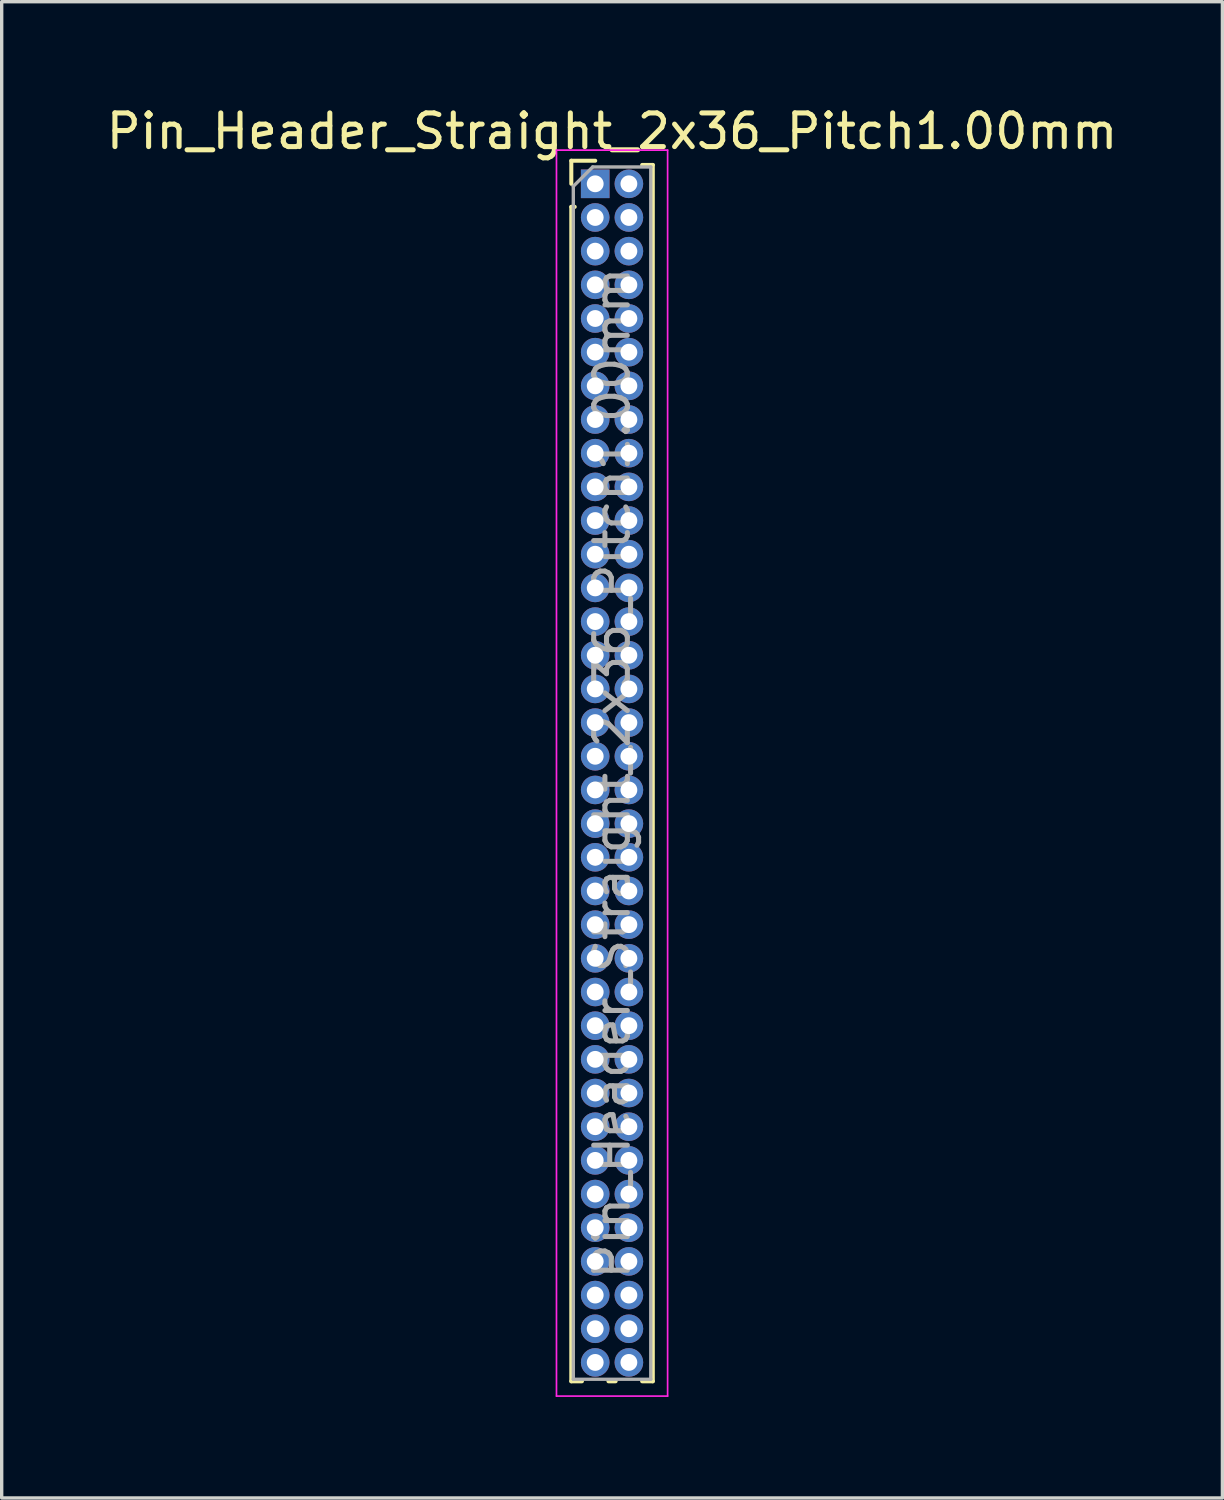
<source format=kicad_pcb>
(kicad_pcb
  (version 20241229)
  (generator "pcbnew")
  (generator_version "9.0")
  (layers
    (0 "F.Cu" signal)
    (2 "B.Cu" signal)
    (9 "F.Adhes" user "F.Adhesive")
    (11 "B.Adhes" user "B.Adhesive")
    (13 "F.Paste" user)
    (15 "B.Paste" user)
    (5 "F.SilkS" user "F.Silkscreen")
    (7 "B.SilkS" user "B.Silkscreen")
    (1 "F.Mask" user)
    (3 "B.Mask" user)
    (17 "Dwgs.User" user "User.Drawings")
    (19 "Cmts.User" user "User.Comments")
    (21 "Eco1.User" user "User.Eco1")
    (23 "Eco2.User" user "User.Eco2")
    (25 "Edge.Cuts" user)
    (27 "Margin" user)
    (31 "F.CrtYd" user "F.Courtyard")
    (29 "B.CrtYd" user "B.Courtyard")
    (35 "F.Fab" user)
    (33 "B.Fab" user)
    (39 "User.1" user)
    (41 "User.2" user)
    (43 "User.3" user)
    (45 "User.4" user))
  (footprint "Pin_Header_Straight_2x36_Pitch1.00mm"
    (layer "F.Cu")
    (at 14.625 2.408)
    (property "Reference" "Pin_Header_Straight_2x36_Pitch1.00mm" (at 0.5 -1.56 0) (layer "F.SilkS") (effects (font (size 1 1) (thickness 0.15))))
    (attr through_hole)
    (fp_line (start -0.71 -0.685) (end 0 -0.685) (stroke (width 0.12) (type solid)) (layer "F.SilkS"))
    (fp_line (start -0.71 0) (end -0.71 -0.685) (stroke (width 0.12) (type solid)) (layer "F.SilkS"))
    (fp_line (start -0.71 0.685) (end -0.71 35.56) (stroke (width 0.12) (type solid)) (layer "F.SilkS"))
    (fp_line (start -0.71 0.685) (end -0.608 0.685) (stroke (width 0.12) (type solid)) (layer "F.SilkS"))
    (fp_line (start -0.71 35.56) (end -0.394 35.56) (stroke (width 0.12) (type solid)) (layer "F.SilkS"))
    (fp_line (start 0.394 35.56) (end 0.606 35.56) (stroke (width 0.12) (type solid)) (layer "F.SilkS"))
    (fp_line (start 1.394 -0.56) (end 1.71 -0.56) (stroke (width 0.12) (type solid)) (layer "F.SilkS"))
    (fp_line (start 1.394 35.56) (end 1.71 35.56) (stroke (width 0.12) (type solid)) (layer "F.SilkS"))
    (fp_line (start 1.71 -0.56) (end 1.71 35.56) (stroke (width 0.12) (type solid)) (layer "F.SilkS"))
    (fp_line (start -1.15 -1) (end -1.15 36) (stroke (width 0.05) (type solid)) (layer "F.CrtYd"))
    (fp_line (start -1.15 36) (end 2.15 36) (stroke (width 0.05) (type solid)) (layer "F.CrtYd"))
    (fp_line (start 2.15 -1) (end -1.15 -1) (stroke (width 0.05) (type solid)) (layer "F.CrtYd"))
    (fp_line (start 2.15 36) (end 2.15 -1) (stroke (width 0.05) (type solid)) (layer "F.CrtYd"))
    (fp_line (start -0.65 0.075) (end -0.075 -0.5) (stroke (width 0.1) (type solid)) (layer "F.Fab"))
    (fp_line (start -0.65 35.5) (end -0.65 0.075) (stroke (width 0.1) (type solid)) (layer "F.Fab"))
    (fp_line (start -0.075 -0.5) (end 1.65 -0.5) (stroke (width 0.1) (type solid)) (layer "F.Fab"))
    (fp_line (start 1.65 -0.5) (end 1.65 35.5) (stroke (width 0.1) (type solid)) (layer "F.Fab"))
    (fp_line (start 1.65 35.5) (end -0.65 35.5) (stroke (width 0.1) (type solid)) (layer "F.Fab"))
    (fp_text user "${REFERENCE}" (at 0.5 17.5 90) (layer "F.Fab") (effects (font (size 1 1) (thickness 0.15))))
    (pad "1" thru_hole rect (at 0 0) (size 0.85 0.85) (drill 0.5) (layers "*.Cu" "*.Mask"))
    (pad "2" thru_hole oval (at 1 0) (size 0.85 0.85) (drill 0.5) (layers "*.Cu" "*.Mask"))
    (pad "3" thru_hole oval (at 0 1) (size 0.85 0.85) (drill 0.5) (layers "*.Cu" "*.Mask"))
    (pad "4" thru_hole oval (at 1 1) (size 0.85 0.85) (drill 0.5) (layers "*.Cu" "*.Mask"))
    (pad "5" thru_hole oval (at 0 2) (size 0.85 0.85) (drill 0.5) (layers "*.Cu" "*.Mask"))
    (pad "6" thru_hole oval (at 1 2) (size 0.85 0.85) (drill 0.5) (layers "*.Cu" "*.Mask"))
    (pad "7" thru_hole oval (at 0 3) (size 0.85 0.85) (drill 0.5) (layers "*.Cu" "*.Mask"))
    (pad "8" thru_hole oval (at 1 3) (size 0.85 0.85) (drill 0.5) (layers "*.Cu" "*.Mask"))
    (pad "9" thru_hole oval (at 0 4) (size 0.85 0.85) (drill 0.5) (layers "*.Cu" "*.Mask"))
    (pad "10" thru_hole oval (at 1 4) (size 0.85 0.85) (drill 0.5) (layers "*.Cu" "*.Mask"))
    (pad "11" thru_hole oval (at 0 5) (size 0.85 0.85) (drill 0.5) (layers "*.Cu" "*.Mask"))
    (pad "12" thru_hole oval (at 1 5) (size 0.85 0.85) (drill 0.5) (layers "*.Cu" "*.Mask"))
    (pad "13" thru_hole oval (at 0 6) (size 0.85 0.85) (drill 0.5) (layers "*.Cu" "*.Mask"))
    (pad "14" thru_hole oval (at 1 6) (size 0.85 0.85) (drill 0.5) (layers "*.Cu" "*.Mask"))
    (pad "15" thru_hole oval (at 0 7) (size 0.85 0.85) (drill 0.5) (layers "*.Cu" "*.Mask"))
    (pad "16" thru_hole oval (at 1 7) (size 0.85 0.85) (drill 0.5) (layers "*.Cu" "*.Mask"))
    (pad "17" thru_hole oval (at 0 8) (size 0.85 0.85) (drill 0.5) (layers "*.Cu" "*.Mask"))
    (pad "18" thru_hole oval (at 1 8) (size 0.85 0.85) (drill 0.5) (layers "*.Cu" "*.Mask"))
    (pad "19" thru_hole oval (at 0 9) (size 0.85 0.85) (drill 0.5) (layers "*.Cu" "*.Mask"))
    (pad "20" thru_hole oval (at 1 9) (size 0.85 0.85) (drill 0.5) (layers "*.Cu" "*.Mask"))
    (pad "21" thru_hole oval (at 0 10) (size 0.85 0.85) (drill 0.5) (layers "*.Cu" "*.Mask"))
    (pad "22" thru_hole oval (at 1 10) (size 0.85 0.85) (drill 0.5) (layers "*.Cu" "*.Mask"))
    (pad "23" thru_hole oval (at 0 11) (size 0.85 0.85) (drill 0.5) (layers "*.Cu" "*.Mask"))
    (pad "24" thru_hole oval (at 1 11) (size 0.85 0.85) (drill 0.5) (layers "*.Cu" "*.Mask"))
    (pad "25" thru_hole oval (at 0 12) (size 0.85 0.85) (drill 0.5) (layers "*.Cu" "*.Mask"))
    (pad "26" thru_hole oval (at 1 12) (size 0.85 0.85) (drill 0.5) (layers "*.Cu" "*.Mask"))
    (pad "27" thru_hole oval (at 0 13) (size 0.85 0.85) (drill 0.5) (layers "*.Cu" "*.Mask"))
    (pad "28" thru_hole oval (at 1 13) (size 0.85 0.85) (drill 0.5) (layers "*.Cu" "*.Mask"))
    (pad "29" thru_hole oval (at 0 14) (size 0.85 0.85) (drill 0.5) (layers "*.Cu" "*.Mask"))
    (pad "30" thru_hole oval (at 1 14) (size 0.85 0.85) (drill 0.5) (layers "*.Cu" "*.Mask"))
    (pad "31" thru_hole oval (at 0 15) (size 0.85 0.85) (drill 0.5) (layers "*.Cu" "*.Mask"))
    (pad "32" thru_hole oval (at 1 15) (size 0.85 0.85) (drill 0.5) (layers "*.Cu" "*.Mask"))
    (pad "33" thru_hole oval (at 0 16) (size 0.85 0.85) (drill 0.5) (layers "*.Cu" "*.Mask"))
    (pad "34" thru_hole oval (at 1 16) (size 0.85 0.85) (drill 0.5) (layers "*.Cu" "*.Mask"))
    (pad "35" thru_hole oval (at 0 17) (size 0.85 0.85) (drill 0.5) (layers "*.Cu" "*.Mask"))
    (pad "36" thru_hole oval (at 1 17) (size 0.85 0.85) (drill 0.5) (layers "*.Cu" "*.Mask"))
    (pad "37" thru_hole oval (at 0 18) (size 0.85 0.85) (drill 0.5) (layers "*.Cu" "*.Mask"))
    (pad "38" thru_hole oval (at 1 18) (size 0.85 0.85) (drill 0.5) (layers "*.Cu" "*.Mask"))
    (pad "39" thru_hole oval (at 0 19) (size 0.85 0.85) (drill 0.5) (layers "*.Cu" "*.Mask"))
    (pad "40" thru_hole oval (at 1 19) (size 0.85 0.85) (drill 0.5) (layers "*.Cu" "*.Mask"))
    (pad "41" thru_hole oval (at 0 20) (size 0.85 0.85) (drill 0.5) (layers "*.Cu" "*.Mask"))
    (pad "42" thru_hole oval (at 1 20) (size 0.85 0.85) (drill 0.5) (layers "*.Cu" "*.Mask"))
    (pad "43" thru_hole oval (at 0 21) (size 0.85 0.85) (drill 0.5) (layers "*.Cu" "*.Mask"))
    (pad "44" thru_hole oval (at 1 21) (size 0.85 0.85) (drill 0.5) (layers "*.Cu" "*.Mask"))
    (pad "45" thru_hole oval (at 0 22) (size 0.85 0.85) (drill 0.5) (layers "*.Cu" "*.Mask"))
    (pad "46" thru_hole oval (at 1 22) (size 0.85 0.85) (drill 0.5) (layers "*.Cu" "*.Mask"))
    (pad "47" thru_hole oval (at 0 23) (size 0.85 0.85) (drill 0.5) (layers "*.Cu" "*.Mask"))
    (pad "48" thru_hole oval (at 1 23) (size 0.85 0.85) (drill 0.5) (layers "*.Cu" "*.Mask"))
    (pad "49" thru_hole oval (at 0 24) (size 0.85 0.85) (drill 0.5) (layers "*.Cu" "*.Mask"))
    (pad "50" thru_hole oval (at 1 24) (size 0.85 0.85) (drill 0.5) (layers "*.Cu" "*.Mask"))
    (pad "51" thru_hole oval (at 0 25) (size 0.85 0.85) (drill 0.5) (layers "*.Cu" "*.Mask"))
    (pad "52" thru_hole oval (at 1 25) (size 0.85 0.85) (drill 0.5) (layers "*.Cu" "*.Mask"))
    (pad "53" thru_hole oval (at 0 26) (size 0.85 0.85) (drill 0.5) (layers "*.Cu" "*.Mask"))
    (pad "54" thru_hole oval (at 1 26) (size 0.85 0.85) (drill 0.5) (layers "*.Cu" "*.Mask"))
    (pad "55" thru_hole oval (at 0 27) (size 0.85 0.85) (drill 0.5) (layers "*.Cu" "*.Mask"))
    (pad "56" thru_hole oval (at 1 27) (size 0.85 0.85) (drill 0.5) (layers "*.Cu" "*.Mask"))
    (pad "57" thru_hole oval (at 0 28) (size 0.85 0.85) (drill 0.5) (layers "*.Cu" "*.Mask"))
    (pad "58" thru_hole oval (at 1 28) (size 0.85 0.85) (drill 0.5) (layers "*.Cu" "*.Mask"))
    (pad "59" thru_hole oval (at 0 29) (size 0.85 0.85) (drill 0.5) (layers "*.Cu" "*.Mask"))
    (pad "60" thru_hole oval (at 1 29) (size 0.85 0.85) (drill 0.5) (layers "*.Cu" "*.Mask"))
    (pad "61" thru_hole oval (at 0 30) (size 0.85 0.85) (drill 0.5) (layers "*.Cu" "*.Mask"))
    (pad "62" thru_hole oval (at 1 30) (size 0.85 0.85) (drill 0.5) (layers "*.Cu" "*.Mask"))
    (pad "63" thru_hole oval (at 0 31) (size 0.85 0.85) (drill 0.5) (layers "*.Cu" "*.Mask"))
    (pad "64" thru_hole oval (at 1 31) (size 0.85 0.85) (drill 0.5) (layers "*.Cu" "*.Mask"))
    (pad "65" thru_hole oval (at 0 32) (size 0.85 0.85) (drill 0.5) (layers "*.Cu" "*.Mask"))
    (pad "66" thru_hole oval (at 1 32) (size 0.85 0.85) (drill 0.5) (layers "*.Cu" "*.Mask"))
    (pad "67" thru_hole oval (at 0 33) (size 0.85 0.85) (drill 0.5) (layers "*.Cu" "*.Mask"))
    (pad "68" thru_hole oval (at 1 33) (size 0.85 0.85) (drill 0.5) (layers "*.Cu" "*.Mask"))
    (pad "69" thru_hole oval (at 0 34) (size 0.85 0.85) (drill 0.5) (layers "*.Cu" "*.Mask"))
    (pad "70" thru_hole oval (at 1 34) (size 0.85 0.85) (drill 0.5) (layers "*.Cu" "*.Mask"))
    (pad "71" thru_hole oval (at 0 35) (size 0.85 0.85) (drill 0.5) (layers "*.Cu" "*.Mask"))
    (pad "72" thru_hole oval (at 1 35) (size 0.85 0.85) (drill 0.5) (layers "*.Cu" "*.Mask")))
  (gr_rect
    (start -3 -3)
    (end 33.25 41.433)
    (stroke (width 0.1) (type default))
    (fill no)
    (layer "Edge.Cuts")))
</source>
